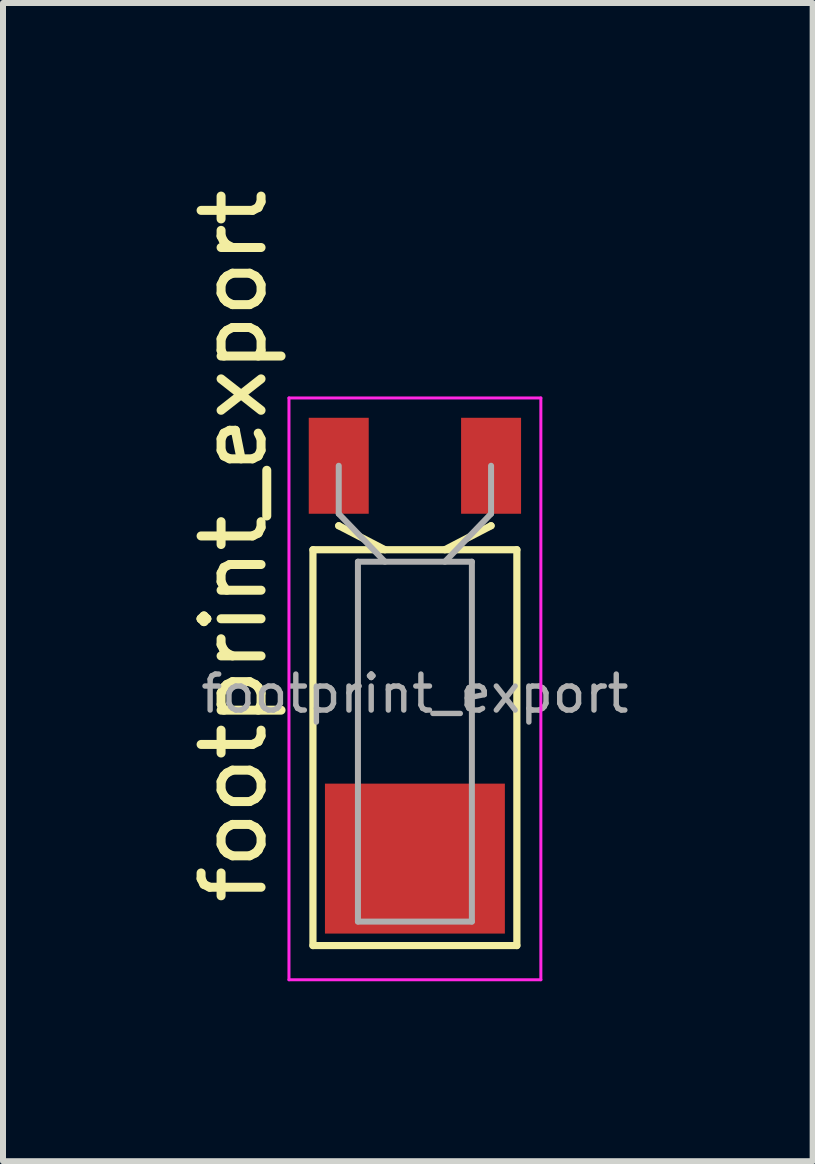
<source format=kicad_pcb>
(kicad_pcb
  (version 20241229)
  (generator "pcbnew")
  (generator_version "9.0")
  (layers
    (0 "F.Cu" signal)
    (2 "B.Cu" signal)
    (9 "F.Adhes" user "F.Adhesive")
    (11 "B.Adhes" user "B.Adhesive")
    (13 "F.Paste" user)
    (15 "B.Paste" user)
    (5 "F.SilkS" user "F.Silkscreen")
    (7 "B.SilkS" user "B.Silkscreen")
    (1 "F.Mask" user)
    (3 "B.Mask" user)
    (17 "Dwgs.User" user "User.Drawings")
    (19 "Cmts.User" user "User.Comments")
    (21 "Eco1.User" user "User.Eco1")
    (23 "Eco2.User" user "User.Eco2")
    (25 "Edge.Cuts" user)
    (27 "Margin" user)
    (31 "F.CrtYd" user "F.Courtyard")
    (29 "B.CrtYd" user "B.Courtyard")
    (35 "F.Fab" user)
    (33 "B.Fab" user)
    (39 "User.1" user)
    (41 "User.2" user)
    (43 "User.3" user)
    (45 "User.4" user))
  (footprint "footprint_export"
    (layer "F.Cu")
    (at 3.868 8.216)
    (property "Reference" "footprint_export" (at -3.02 -2.163 90) (layer "F.SilkS") (effects (font (size 1 1) (thickness 0.15))))
    (attr smd)
    (fp_line (start -1.7 -2.1) (end -1.7 4.5) (stroke (width 0.12) (type solid)) (layer "F.SilkS"))
    (fp_line (start -1.7 4.5) (end 1.7 4.5) (stroke (width 0.12) (type solid)) (layer "F.SilkS"))
    (fp_line (start -1.27 -2.5) (end -1.27 -2.5) (stroke (width 0.12) (type solid)) (layer "F.SilkS"))
    (fp_line (start -0.5 -2.1) (end -1.27 -2.5) (stroke (width 0.12) (type solid)) (layer "F.SilkS"))
    (fp_line (start 0.5 -2.1) (end 1.27 -2.5) (stroke (width 0.12) (type solid)) (layer "F.SilkS"))
    (fp_line (start 1.27 -2.5) (end 1.27 -2.5) (stroke (width 0.12) (type solid)) (layer "F.SilkS"))
    (fp_line (start 1.7 -2.1) (end -1.7 -2.1) (stroke (width 0.12) (type solid)) (layer "F.SilkS"))
    (fp_line (start 1.7 4.5) (end 1.7 -2.1) (stroke (width 0.12) (type solid)) (layer "F.SilkS"))
    (fp_line (start -2.1 -4.63) (end -2.1 5.07) (stroke (width 0.05) (type solid)) (layer "F.CrtYd"))
    (fp_line (start -2.1 5.07) (end 2.1 5.07) (stroke (width 0.05) (type solid)) (layer "F.CrtYd"))
    (fp_line (start 2.1 -4.63) (end -2.1 -4.63) (stroke (width 0.05) (type solid)) (layer "F.CrtYd"))
    (fp_line (start 2.1 5.07) (end 2.1 -4.63) (stroke (width 0.05) (type solid)) (layer "F.CrtYd"))
    (fp_line (start -1.27 -2.7) (end -1.27 -3.5) (stroke (width 0.1) (type solid)) (layer "F.Fab"))
    (fp_line (start -0.95 -1.9) (end -0.95 4.1) (stroke (width 0.1) (type solid)) (layer "F.Fab"))
    (fp_line (start -0.95 4.1) (end 0.95 4.1) (stroke (width 0.1) (type solid)) (layer "F.Fab"))
    (fp_line (start -0.5 -1.9) (end -1.27 -2.7) (stroke (width 0.1) (type solid)) (layer "F.Fab"))
    (fp_line (start 0.5 -1.9) (end 1.27 -2.7) (stroke (width 0.1) (type solid)) (layer "F.Fab"))
    (fp_line (start 0.95 -1.9) (end -0.95 -1.9) (stroke (width 0.1) (type solid)) (layer "F.Fab"))
    (fp_line (start 0.95 4.1) (end 0.95 -1.9) (stroke (width 0.1) (type solid)) (layer "F.Fab"))
    (fp_line (start 1.27 -2.7) (end 1.27 -3.5) (stroke (width 0.1) (type solid)) (layer "F.Fab"))
    (fp_text user "${REFERENCE}" (at 0 0.3 0) (layer "F.Fab") (effects (font (size 0.6 0.6) (thickness 0.09))))
    (pad "1" smd rect (at -1.27 -3.5) (size 1 1.6) (layers "F.Cu" "F.Mask" "F.Paste"))
    (pad "2" smd rect (at 1.27 -3.5) (size 1 1.6) (layers "F.Cu" "F.Mask" "F.Paste"))
    (pad "3" smd rect (at 0 3.05) (size 3 2.5) (layers "F.Cu" "F.Mask" "F.Paste")))
  (gr_rect
    (start -3 -3)
    (end 10.5 16.311)
    (stroke (width 0.1) (type default))
    (fill no)
    (layer "Edge.Cuts")))
</source>
